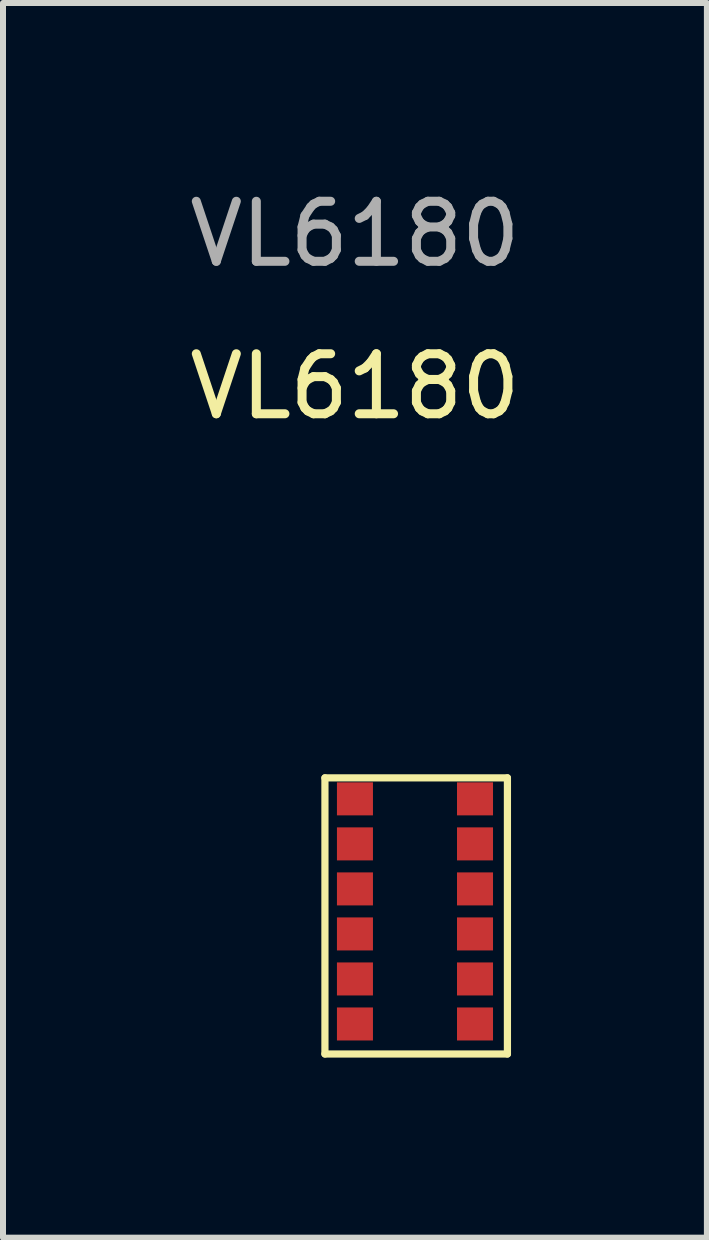
<source format=kicad_pcb>
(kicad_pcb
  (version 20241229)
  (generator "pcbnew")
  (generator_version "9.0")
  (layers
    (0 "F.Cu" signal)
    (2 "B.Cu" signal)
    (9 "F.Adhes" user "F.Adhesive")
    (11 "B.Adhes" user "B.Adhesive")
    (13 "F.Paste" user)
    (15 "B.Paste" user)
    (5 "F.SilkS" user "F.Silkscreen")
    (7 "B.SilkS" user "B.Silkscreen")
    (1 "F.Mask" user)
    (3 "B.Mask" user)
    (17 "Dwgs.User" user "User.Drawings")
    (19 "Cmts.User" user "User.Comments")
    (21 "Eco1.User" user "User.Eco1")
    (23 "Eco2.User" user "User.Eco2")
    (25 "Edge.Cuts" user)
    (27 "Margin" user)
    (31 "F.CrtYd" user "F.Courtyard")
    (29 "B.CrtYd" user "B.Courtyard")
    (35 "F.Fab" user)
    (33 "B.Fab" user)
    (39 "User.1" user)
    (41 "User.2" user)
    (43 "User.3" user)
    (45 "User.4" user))
  (footprint "VL6180"
    (layer "F.Cu")
    (at 2.863 11.008)
    (property "Reference" "VL6180" (at 0 -7.62 0) (unlocked yes) (layer "F.SilkS") (effects (font (size 1 1) (thickness 0.15))))
    (attr smd)
    (fp_line (start -0.5 -1.1) (end 2.54 -1.1) (stroke (width 0.12) (type solid)) (layer "F.SilkS"))
    (fp_line (start -0.5 3.5) (end -0.5 -1.1) (stroke (width 0.12) (type solid)) (layer "F.SilkS"))
    (fp_line (start 2.54 -1.1) (end 2.54 3.5) (stroke (width 0.12) (type solid)) (layer "F.SilkS"))
    (fp_line (start 2.54 3.5) (end -0.5 3.5) (stroke (width 0.12) (type solid)) (layer "F.SilkS"))
    (fp_text user "${REFERENCE}" (at 0 -10.16 0) (unlocked yes) (layer "F.Fab") (effects (font (size 1 1) (thickness 0.15))))
    (pad "1" smd rect (at 0 -0.75) (size 0.6 0.55) (layers "F.Cu" "F.Mask" "F.Paste"))
    (pad "2" smd rect (at 0 0) (size 0.6 0.55) (layers "F.Cu" "F.Mask" "F.Paste"))
    (pad "3" smd rect (at 0 0.75) (size 0.6 0.55) (layers "F.Cu" "F.Mask" "F.Paste"))
    (pad "4" smd rect (at 0 1.5) (size 0.6 0.55) (layers "F.Cu" "F.Mask" "F.Paste"))
    (pad "5" smd rect (at 0 2.25) (size 0.6 0.55) (layers "F.Cu" "F.Mask" "F.Paste"))
    (pad "6" smd rect (at 0 3) (size 0.6 0.55) (layers "F.Cu" "F.Mask" "F.Paste"))
    (pad "7" smd rect (at 2 3) (size 0.6 0.55) (layers "F.Cu" "F.Mask" "F.Paste"))
    (pad "8" smd rect (at 2 2.25) (size 0.6 0.55) (layers "F.Cu" "F.Mask" "F.Paste"))
    (pad "9" smd rect (at 2 1.5) (size 0.6 0.55) (layers "F.Cu" "F.Mask" "F.Paste"))
    (pad "10" smd rect (at 2 0.75) (size 0.6 0.55) (layers "F.Cu" "F.Mask" "F.Paste"))
    (pad "11" smd rect (at 2 0) (size 0.6 0.55) (layers "F.Cu" "F.Mask" "F.Paste"))
    (pad "12" smd rect (at 2 -0.75) (size 0.6 0.55) (layers "F.Cu" "F.Mask" "F.Paste")))
  (gr_rect
    (start -3 -3)
    (end 8.726 17.568)
    (stroke (width 0.1) (type default))
    (fill no)
    (layer "Edge.Cuts")))
</source>
